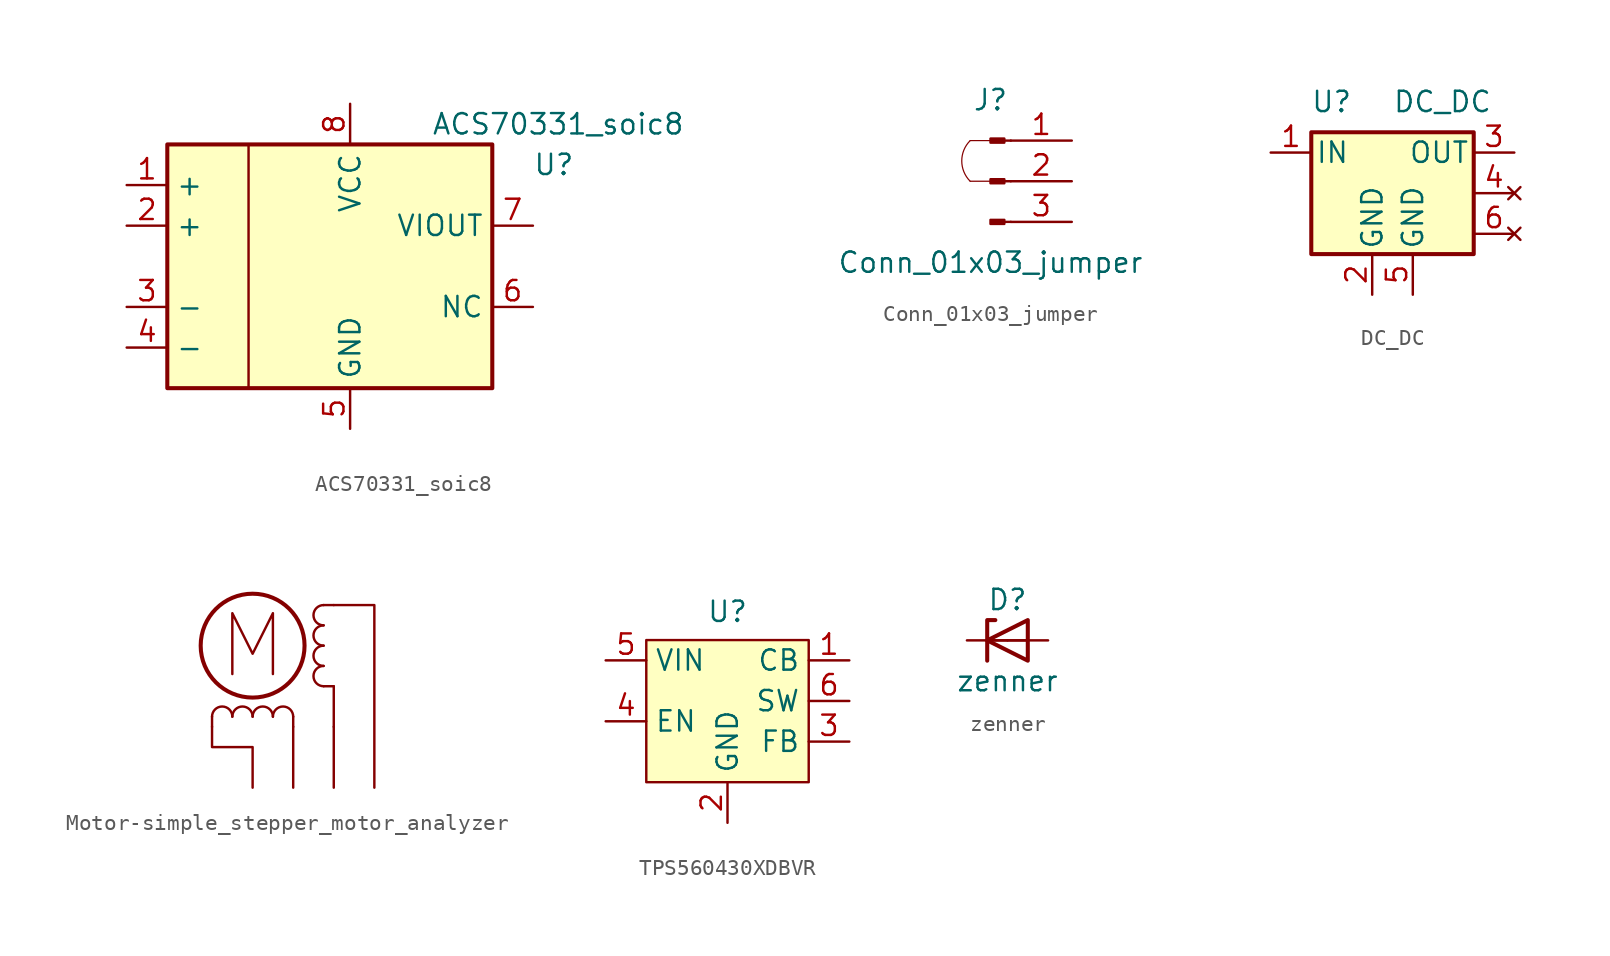
<source format=kicad_sym>
(kicad_symbol_lib
  (version 20231120)
  (generator "kicad_symbol_editor")
  (generator_version "8.0")
  (symbol "ACS70331_soic8"
    (property "Reference" "U"
      (at 10.16 6.35 0)
      (effects (font (size 1.27 1.27)) (justify left)))
    (property "Value" "ACS70331_soic8"
      (at 3.81 8.89 0)
      (effects (font (size 1.27 1.27)) (justify left)))
    (symbol "ACS70331_soic8_0_1"
      (rectangle (start -12.7 7.62) (end 7.62 -7.62) (stroke (width 0.254) (type default)) (fill (type background)))
      (polyline (pts (xy -7.62 7.62) (xy -7.62 -7.62)) (stroke (width 0) (type default)) (fill (type none))))
    (symbol "ACS70331_soic8_1_1"
      (pin passive line (at -15.24 5.08 0) (length 2.54) (name "+" (effects (font (size 1.27 1.27)))) (number "1" (effects (font (size 1.27 1.27)))))
      (pin passive line (at -15.24 2.54 0) (length 2.54) (name "+" (effects (font (size 1.27 1.27)))) (number "2" (effects (font (size 1.27 1.27)))))
      (pin passive line (at -15.24 -2.54 0) (length 2.54) (name "-" (effects (font (size 1.27 1.27)))) (number "3" (effects (font (size 1.27 1.27)))))
      (pin passive line (at -15.24 -5.08 0) (length 2.54) (name "-" (effects (font (size 1.27 1.27)))) (number "4" (effects (font (size 1.27 1.27)))))
      (pin power_in line (at -1.27 -10.16 90) (length 2.54) (name "GND" (effects (font (size 1.27 1.27)))) (number "5" (effects (font (size 1.27 1.27)))))
      (pin passive line (at 10.16 -2.54 180) (length 2.54) (name "NC" (effects (font (size 1.27 1.27)))) (number "6" (effects (font (size 1.27 1.27)))))
      (pin output line (at 10.16 2.54 180) (length 2.54) (name "VIOUT" (effects (font (size 1.27 1.27)))) (number "7" (effects (font (size 1.27 1.27)))))
      (pin power_in line (at -1.27 10.16 270) (length 2.54) (name "VCC" (effects (font (size 1.27 1.27)))) (number "8" (effects (font (size 1.27 1.27)))))))
  (symbol "Conn_01x03_jumper"
    (pin_names
      (offset 1.016) hide)
    (property "Reference" "J"
      (at 0 5.08 0)
      (effects (font (size 1.27 1.27))))
    (property "Value" "Conn_01x03_jumper"
      (at 0 -5.08 0)
      (effects (font (size 1.27 1.27))))
    (symbol "Conn_01x03_jumper_0_1"
      (arc (start -1.27 2.54) (mid -1.796 1.27) (end -1.27 0) (stroke (width 0.0762) (type default)) (fill (type none)))
      (polyline (pts (xy -1.27 0) (xy 0 0)) (stroke (width 0.076) (type default)) (fill (type none)))
      (polyline (pts (xy -1.27 2.54) (xy 0 2.54)) (stroke (width 0.076) (type default)) (fill (type none))))
    (symbol "Conn_01x03_jumper_1_1"
      (polyline (pts (xy 1.27 -2.54) (xy 0.864 -2.54)) (stroke (width 0.152) (type default)) (fill (type none)))
      (polyline (pts (xy 1.27 0) (xy 0.864 0)) (stroke (width 0.152) (type default)) (fill (type none)))
      (polyline (pts (xy 1.27 2.54) (xy 0.864 2.54)) (stroke (width 0.152) (type default)) (fill (type none)))
      (rectangle (start 0.864 -2.413) (end 0 -2.667) (stroke (width 0.152) (type default)) (fill (type outline)))
      (rectangle (start 0.864 0.127) (end 0 -0.127) (stroke (width 0.152) (type default)) (fill (type outline)))
      (rectangle (start 0.864 2.667) (end 0 2.413) (stroke (width 0.152) (type default)) (fill (type outline)))
      (pin passive line (at 5.08 2.54 180) (length 3.81) (name "Pin_1" (effects (font (size 1.27 1.27)))) (number "1" (effects (font (size 1.27 1.27)))))
      (pin passive line (at 5.08 0 180) (length 3.81) (name "Pin_2" (effects (font (size 1.27 1.27)))) (number "2" (effects (font (size 1.27 1.27)))))
      (pin passive line (at 5.08 -2.54 180) (length 3.81) (name "Pin_3" (effects (font (size 1.27 1.27)))) (number "3" (effects (font (size 1.27 1.27)))))))
  (symbol "DC_DC"
    (pin_names
      (offset 0.254))
    (property "Reference" "U"
      (at -3.81 3.175 0)
      (effects (font (size 1.27 1.27))))
    (property "Value" "DC_DC"
      (at 0 3.175 0)
      (effects (font (size 1.27 1.27)) (justify left)))
    (symbol "DC_DC_0_1"
      (rectangle (start -5.08 1.27) (end 5.08 -6.35) (stroke (width 0.254) (type default)) (fill (type background))))
    (symbol "DC_DC_1_1"
      (pin power_in line (at -7.62 0 0) (length 2.54) (name "IN" (effects (font (size 1.27 1.27)))) (number "1" (effects (font (size 1.27 1.27)))))
      (pin input line (at -1.27 -8.89 90) (length 2.54) (name "GND" (effects (font (size 1.27 1.27)))) (number "2" (effects (font (size 1.27 1.27)))))
      (pin power_out line (at 7.62 0 180) (length 2.54) (name "OUT" (effects (font (size 1.27 1.27)))) (number "3" (effects (font (size 1.27 1.27)))))
      (pin no_connect line (at 7.62 -2.54 180) (length 2.54) (name "" (effects (font (size 1.27 1.27)))) (number "4" (effects (font (size 1.27 1.27)))))
      (pin power_in line (at 1.27 -8.89 90) (length 2.54) (name "GND" (effects (font (size 1.27 1.27)))) (number "5" (effects (font (size 1.27 1.27)))))
      (pin no_connect line (at 7.62 -5.08 180) (length 2.54) (name "" (effects (font (size 1.27 1.27)))) (number "6" (effects (font (size 1.27 1.27)))))))
  (symbol "Motor-simple_stepper_motor_analyzer"
    (pin_names
      (offset 0) hide)
    (property "Reference" "M"
      (at 1.27 10.16 0)
      (effects (font (size 1.27 1.27)) (justify left) (hide yes)))
    (symbol "Motor-simple_stepper_motor_analyzer_0_0"
      (polyline (pts (xy 5.08 0) (xy 5.08 -2.54)) (stroke (width 0) (type default)) (fill (type none)))
      (polyline (pts (xy -1.27 0.762) (xy -1.27 4.572) (xy 0 2.032) (xy 1.27 4.572) (xy 1.27 0.762)) (stroke (width 0) (type default)) (fill (type none))))
    (symbol "Motor-simple_stepper_motor_analyzer_0_1"
      (arc (start -1.27 -1.905) (mid -1.905 -1.2727) (end -2.54 -1.905) (stroke (width 0) (type default)) (fill (type none)))
      (arc (start 0 -1.905) (mid -0.635 -1.2727) (end -1.27 -1.905) (stroke (width 0) (type default)) (fill (type none)))
      (polyline (pts (xy -2.54 -2.54) (xy -2.54 -1.905)) (stroke (width 0) (type default)) (fill (type none)))
      (polyline (pts (xy 2.54 -2.54) (xy 2.54 -6.35)) (stroke (width 0) (type default)) (fill (type none)))
      (polyline (pts (xy 2.54 -2.54) (xy 2.54 -1.905)) (stroke (width 0) (type default)) (fill (type none)))
      (polyline (pts (xy 5.08 -2.54) (xy 5.08 -6.35)) (stroke (width 0) (type default)) (fill (type none)))
      (polyline (pts (xy 5.08 0) (xy 4.445 0)) (stroke (width 0) (type default)) (fill (type none)))
      (polyline (pts (xy 5.08 5.08) (xy 4.445 5.08)) (stroke (width 0) (type default)) (fill (type none)))
      (polyline (pts (xy 7.62 -6.35) (xy 7.62 5.08) (xy 5.08 5.08)) (stroke (width 0) (type default)) (fill (type none)))
      (polyline (pts (xy 0 -6.35) (xy 0 -3.81) (xy -2.54 -3.81) (xy -2.54 -2.54)) (stroke (width 0) (type default)) (fill (type none)))
      (circle (center 0 2.54) (radius 3.251) (stroke (width 0.254) (type default)) (fill (type none)))
      (arc (start 1.27 -1.905) (mid 0.635 -1.2727) (end 0 -1.905) (stroke (width 0) (type default)) (fill (type none)))
      (arc (start 2.54 -1.905) (mid 1.905 -1.2727) (end 1.27 -1.905) (stroke (width 0) (type default)) (fill (type none)))
      (arc (start 4.445 1.27) (mid 3.8127 0.635) (end 4.445 0) (stroke (width 0) (type default)) (fill (type none)))
      (arc (start 4.445 2.54) (mid 3.8127 1.905) (end 4.445 1.27) (stroke (width 0) (type default)) (fill (type none)))
      (arc (start 4.445 3.81) (mid 3.8127 3.175) (end 4.445 2.54) (stroke (width 0) (type default)) (fill (type none)))
      (arc (start 4.445 5.08) (mid 3.8127 4.445) (end 4.445 3.81) (stroke (width 0) (type default)) (fill (type none)))))
  (symbol "TPS560430XDBVR"
    (property "Reference" "U"
      (at 0 6.858 0)
      (effects (font (size 1.27 1.27))))
    (property "Value" ""
      (at 0 0 0)
      (effects (font (size 1.27 1.27))))
    (symbol "TPS560430XDBVR_1_1"
      (rectangle (start -5.08 5.08) (end 5.08 -3.81) (stroke (width 0) (type default)) (fill (type background)))
      (pin input line (at 7.62 3.81 180) (length 2.54) (name "CB" (effects (font (size 1.27 1.27)))) (number "1" (effects (font (size 1.27 1.27)))))
      (pin input line (at 0 -6.35 90) (length 2.54) (name "GND" (effects (font (size 1.27 1.27)))) (number "2" (effects (font (size 1.27 1.27)))))
      (pin input line (at 7.62 -1.27 180) (length 2.54) (name "FB" (effects (font (size 1.27 1.27)))) (number "3" (effects (font (size 1.27 1.27)))))
      (pin input line (at -7.62 0 0) (length 2.54) (name "EN" (effects (font (size 1.27 1.27)))) (number "4" (effects (font (size 1.27 1.27)))))
      (pin input line (at -7.62 3.81 0) (length 2.54) (name "VIN" (effects (font (size 1.27 1.27)))) (number "5" (effects (font (size 1.27 1.27)))))
      (pin input line (at 7.62 1.27 180) (length 2.54) (name "SW" (effects (font (size 1.27 1.27)))) (number "6" (effects (font (size 1.27 1.27)))))))
  (symbol "zenner"
    (pin_numbers hide)
    (pin_names
      (offset 1.016) hide)
    (property "Reference" "D"
      (at 0 2.54 0)
      (effects (font (size 1.27 1.27))))
    (property "Value" "zenner"
      (at 0 -2.54 0)
      (effects (font (size 1.27 1.27))))
    (symbol "zenner_0_1"
      (polyline (pts (xy 1.27 0) (xy -1.27 0)) (stroke (width 0) (type default)) (fill (type none)))
      (polyline (pts (xy -1.27 -1.27) (xy -1.27 1.27) (xy -0.762 1.27)) (stroke (width 0.254) (type default)) (fill (type none)))
      (polyline (pts (xy 1.27 -1.27) (xy 1.27 1.27) (xy -1.27 0) (xy 1.27 -1.27)) (stroke (width 0.254) (type default)) (fill (type none))))
    (symbol "zenner_1_1"
      (pin passive line (at -2.54 0 0) (length 2.54) (name "K" (effects (font (size 1.27 1.27)))) (number "1" (effects (font (size 1.27 1.27)))))
      (pin passive line (at 2.54 0 180) (length 2.54) (name "A" (effects (font (size 1.27 1.27)))) (number "2" (effects (font (size 1.27 1.27))))))))
</source>
